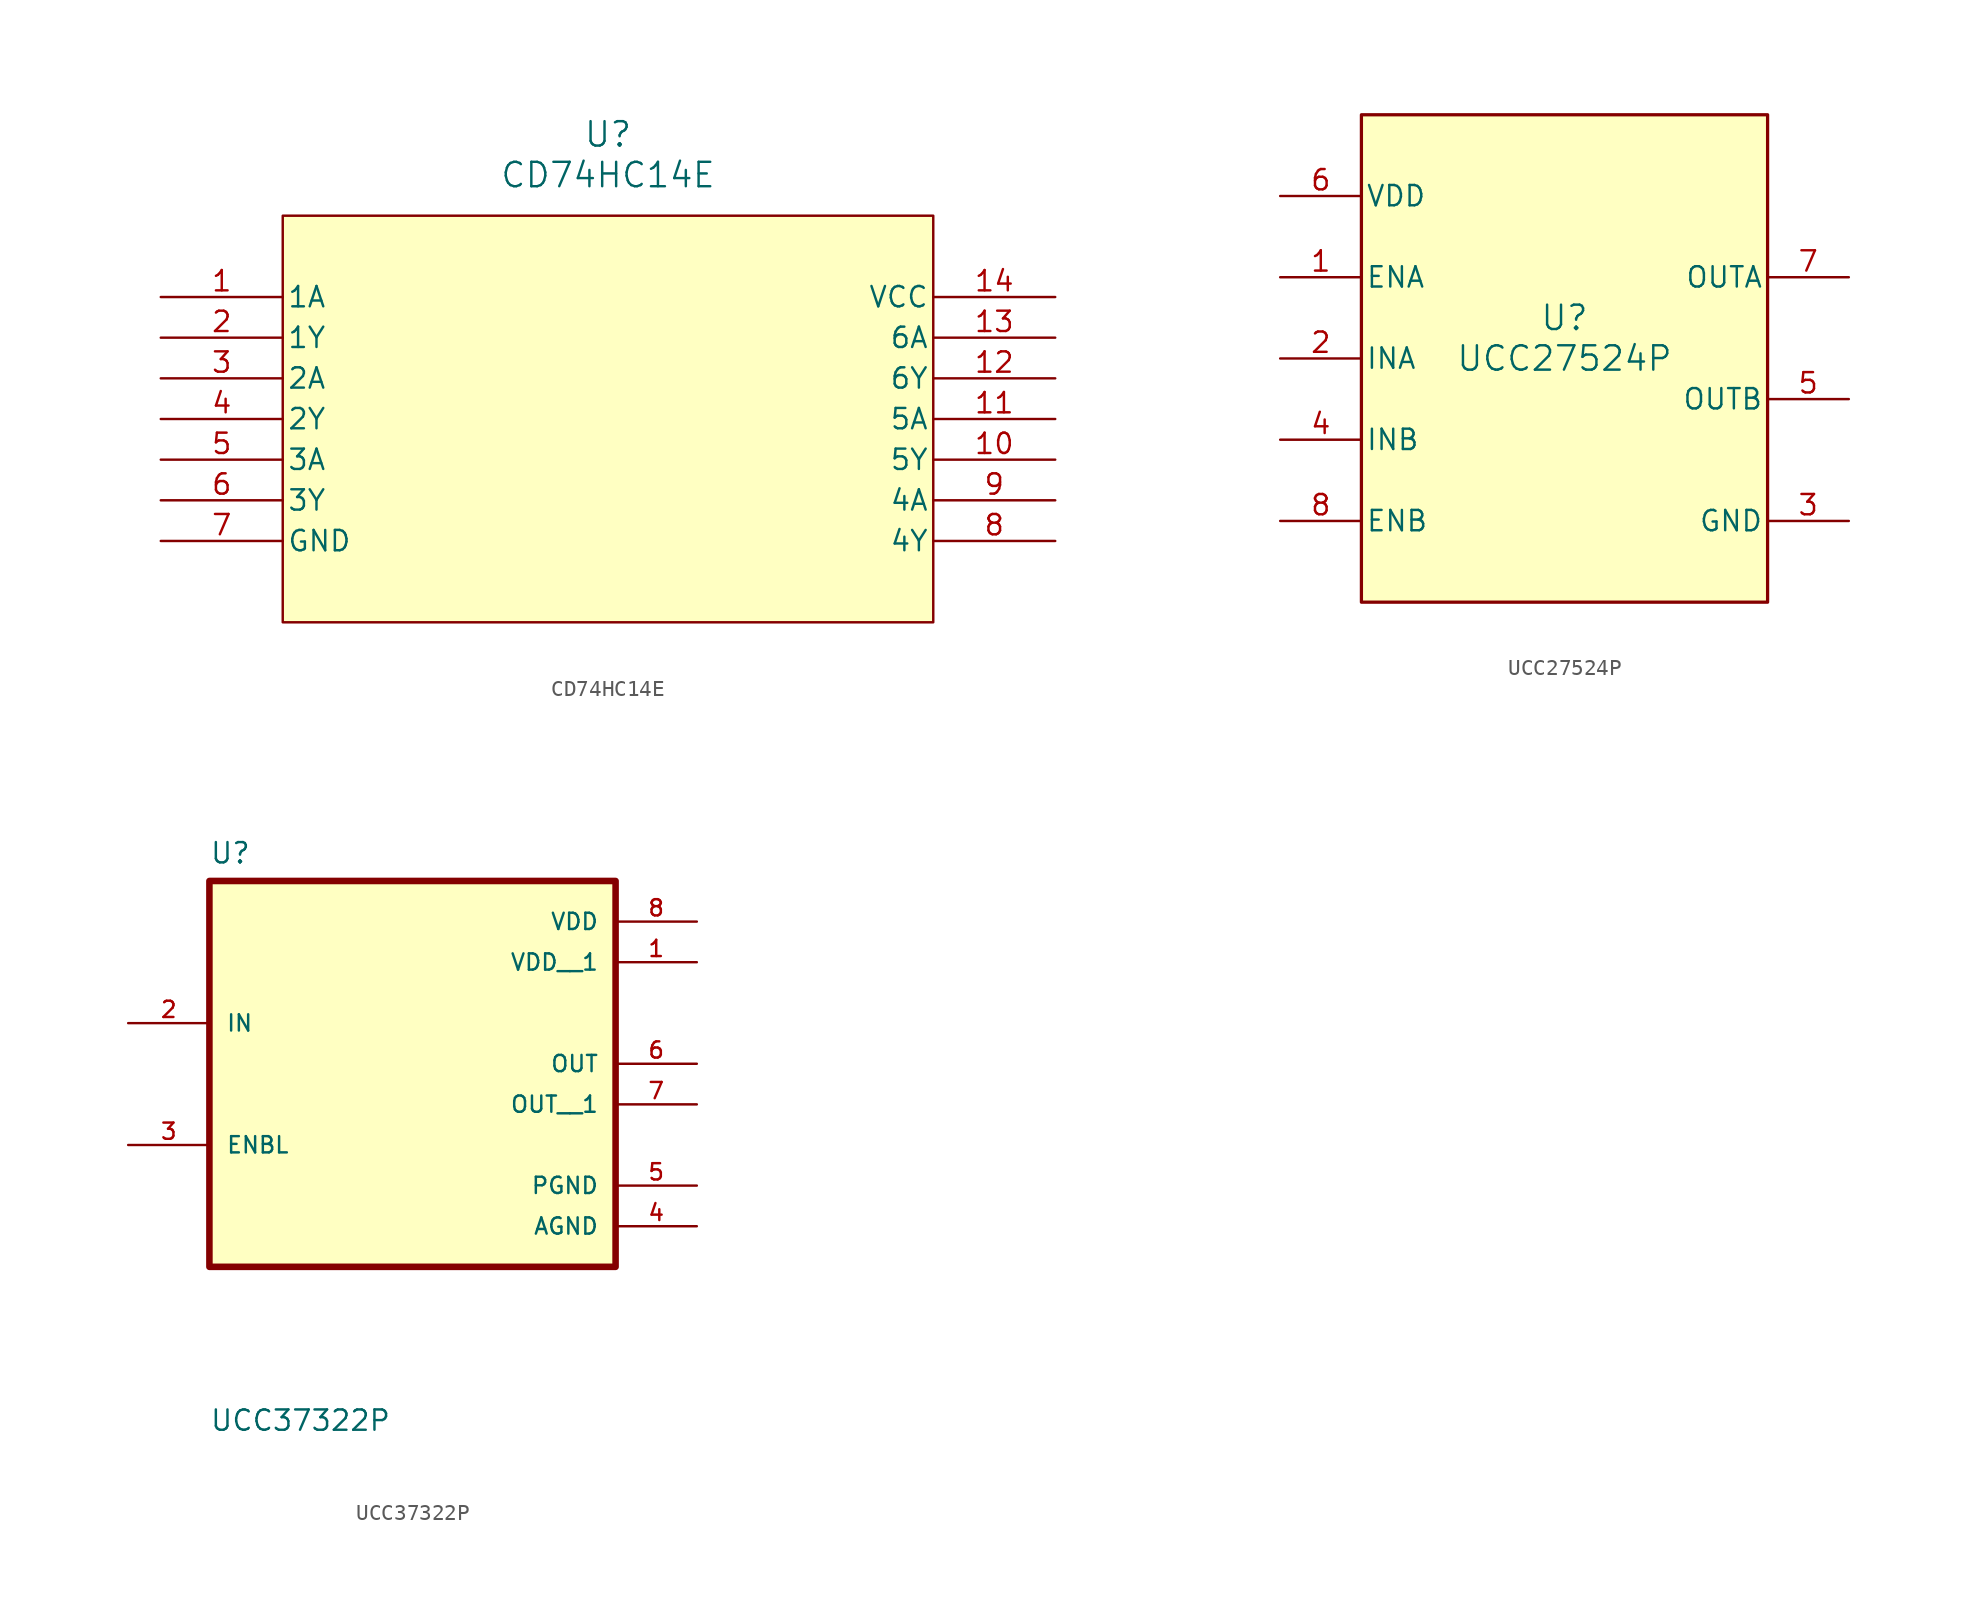
<source format=kicad_sym>
(kicad_symbol_lib
  (version 20241209)
  (generator "kicad_symbol_editor")
  (generator_version "9.0")
  (symbol "CD74HC14E"
    (pin_names
      (offset 0.254))
    (property "Reference" "U"
      (at 27.94 10.16 0)
      (effects (font (size 1.524 1.524))))
    (property "Value" "CD74HC14E"
      (at 27.94 7.62 0)
      (effects (font (size 1.524 1.524))))
    (property "ki_locked" ""
      (at 0 0 0)
      (effects (font (size 1.27 1.27))))
    (symbol "CD74HC14E_0_1"
      (pin input line (at 0 0 0) (length 7.62) (name "1A" (effects (font (size 1.27 1.27)))) (number "1" (effects (font (size 1.27 1.27)))))
      (pin output line (at 0 -2.54 0) (length 7.62) (name "1Y" (effects (font (size 1.27 1.27)))) (number "2" (effects (font (size 1.27 1.27)))))
      (pin input line (at 0 -5.08 0) (length 7.62) (name "2A" (effects (font (size 1.27 1.27)))) (number "3" (effects (font (size 1.27 1.27)))))
      (pin output line (at 0 -7.62 0) (length 7.62) (name "2Y" (effects (font (size 1.27 1.27)))) (number "4" (effects (font (size 1.27 1.27)))))
      (pin input line (at 0 -10.16 0) (length 7.62) (name "3A" (effects (font (size 1.27 1.27)))) (number "5" (effects (font (size 1.27 1.27)))))
      (pin output line (at 0 -12.7 0) (length 7.62) (name "3Y" (effects (font (size 1.27 1.27)))) (number "6" (effects (font (size 1.27 1.27)))))
      (pin power_in line (at 0 -15.24 0) (length 7.62) (name "GND" (effects (font (size 1.27 1.27)))) (number "7" (effects (font (size 1.27 1.27)))))
      (pin power_in line (at 55.88 0 180) (length 7.62) (name "VCC" (effects (font (size 1.27 1.27)))) (number "14" (effects (font (size 1.27 1.27)))))
      (pin input line (at 55.88 -2.54 180) (length 7.62) (name "6A" (effects (font (size 1.27 1.27)))) (number "13" (effects (font (size 1.27 1.27)))))
      (pin output line (at 55.88 -5.08 180) (length 7.62) (name "6Y" (effects (font (size 1.27 1.27)))) (number "12" (effects (font (size 1.27 1.27)))))
      (pin input line (at 55.88 -7.62 180) (length 7.62) (name "5A" (effects (font (size 1.27 1.27)))) (number "11" (effects (font (size 1.27 1.27)))))
      (pin output line (at 55.88 -10.16 180) (length 7.62) (name "5Y" (effects (font (size 1.27 1.27)))) (number "10" (effects (font (size 1.27 1.27)))))
      (pin input line (at 55.88 -12.7 180) (length 7.62) (name "4A" (effects (font (size 1.27 1.27)))) (number "9" (effects (font (size 1.27 1.27)))))
      (pin output line (at 55.88 -15.24 180) (length 7.62) (name "4Y" (effects (font (size 1.27 1.27)))) (number "8" (effects (font (size 1.27 1.27))))))
    (symbol "CD74HC14E_1_1"
      (rectangle (start 7.62 5.08) (end 48.26 -20.32) (stroke (width 0) (type solid)) (fill (type background)))))
  (symbol "UCC27524P"
    (pin_names
      (offset 0.254))
    (property "Reference" "U"
      (at 0 2.54 0)
      (effects (font (size 1.524 1.524))))
    (property "Value" "UCC27524P"
      (at 0 0 0)
      (effects (font (size 1.524 1.524))))
    (property "ki_locked" ""
      (at 0 0 0)
      (effects (font (size 1.27 1.27))))
    (symbol "UCC27524P_0_1"
      (pin power_in line (at -17.78 10.16 0) (length 5.08) (name "VDD" (effects (font (size 1.27 1.27)))) (number "6" (effects (font (size 1.27 1.27)))))
      (pin input line (at -17.78 5.08 0) (length 5.08) (name "ENA" (effects (font (size 1.27 1.27)))) (number "1" (effects (font (size 1.27 1.27)))))
      (pin input line (at -17.78 0 0) (length 5.08) (name "INA" (effects (font (size 1.27 1.27)))) (number "2" (effects (font (size 1.27 1.27)))))
      (pin input line (at -17.78 -5.08 0) (length 5.08) (name "INB" (effects (font (size 1.27 1.27)))) (number "4" (effects (font (size 1.27 1.27)))))
      (pin input line (at -17.78 -10.16 0) (length 5.08) (name "ENB" (effects (font (size 1.27 1.27)))) (number "8" (effects (font (size 1.27 1.27)))))
      (pin output line (at 17.78 5.08 180) (length 5.08) (name "OUTA" (effects (font (size 1.27 1.27)))) (number "7" (effects (font (size 1.27 1.27)))))
      (pin output line (at 17.78 -2.54 180) (length 5.08) (name "OUTB" (effects (font (size 1.27 1.27)))) (number "5" (effects (font (size 1.27 1.27)))))
      (pin power_in line (at 17.78 -10.16 180) (length 5.08) (name "GND" (effects (font (size 1.27 1.27)))) (number "3" (effects (font (size 1.27 1.27))))))
    (symbol "UCC27524P_1_1"
      (rectangle (start -12.7 15.24) (end 12.7 -15.24) (stroke (width 0.203) (type solid)) (fill (type background)))))
  (symbol "UCC37322P"
    (pin_names
      (offset 1.016))
    (property "Reference" "U"
      (at -12.7 13.7 0)
      (effects (font (size 1.27 1.27)) (justify left bottom)))
    (property "Value" "UCC37322P"
      (at -12.7 -21.78 0)
      (effects (font (size 1.27 1.27)) (justify left bottom)))
    (symbol "UCC37322P_0_0"
      (rectangle (start -12.7 12.7) (end 12.7 -11.43) (stroke (width 0.41) (type default)) (fill (type background)))
      (pin input line (at -17.78 3.81 0) (length 5.08) (name "IN" (effects (font (size 1.016 1.016)))) (number "2" (effects (font (size 1.016 1.016)))))
      (pin input line (at -17.78 -3.81 0) (length 5.08) (name "ENBL" (effects (font (size 1.016 1.016)))) (number "3" (effects (font (size 1.016 1.016)))))
      (pin power_in line (at 17.78 10.16 180) (length 5.08) (name "VDD" (effects (font (size 1.016 1.016)))) (number "8" (effects (font (size 1.016 1.016)))))
      (pin power_in line (at 17.78 7.62 180) (length 5.08) (name "VDD__1" (effects (font (size 1.016 1.016)))) (number "1" (effects (font (size 1.016 1.016)))))
      (pin output line (at 17.78 1.27 180) (length 5.08) (name "OUT" (effects (font (size 1.016 1.016)))) (number "6" (effects (font (size 1.016 1.016)))))
      (pin output line (at 17.78 -1.27 180) (length 5.08) (name "OUT__1" (effects (font (size 1.016 1.016)))) (number "7" (effects (font (size 1.016 1.016)))))
      (pin power_in line (at 17.78 -6.35 180) (length 5.08) (name "PGND" (effects (font (size 1.016 1.016)))) (number "5" (effects (font (size 1.016 1.016)))))
      (pin power_in line (at 17.78 -8.89 180) (length 5.08) (name "AGND" (effects (font (size 1.016 1.016)))) (number "4" (effects (font (size 1.016 1.016))))))))
</source>
